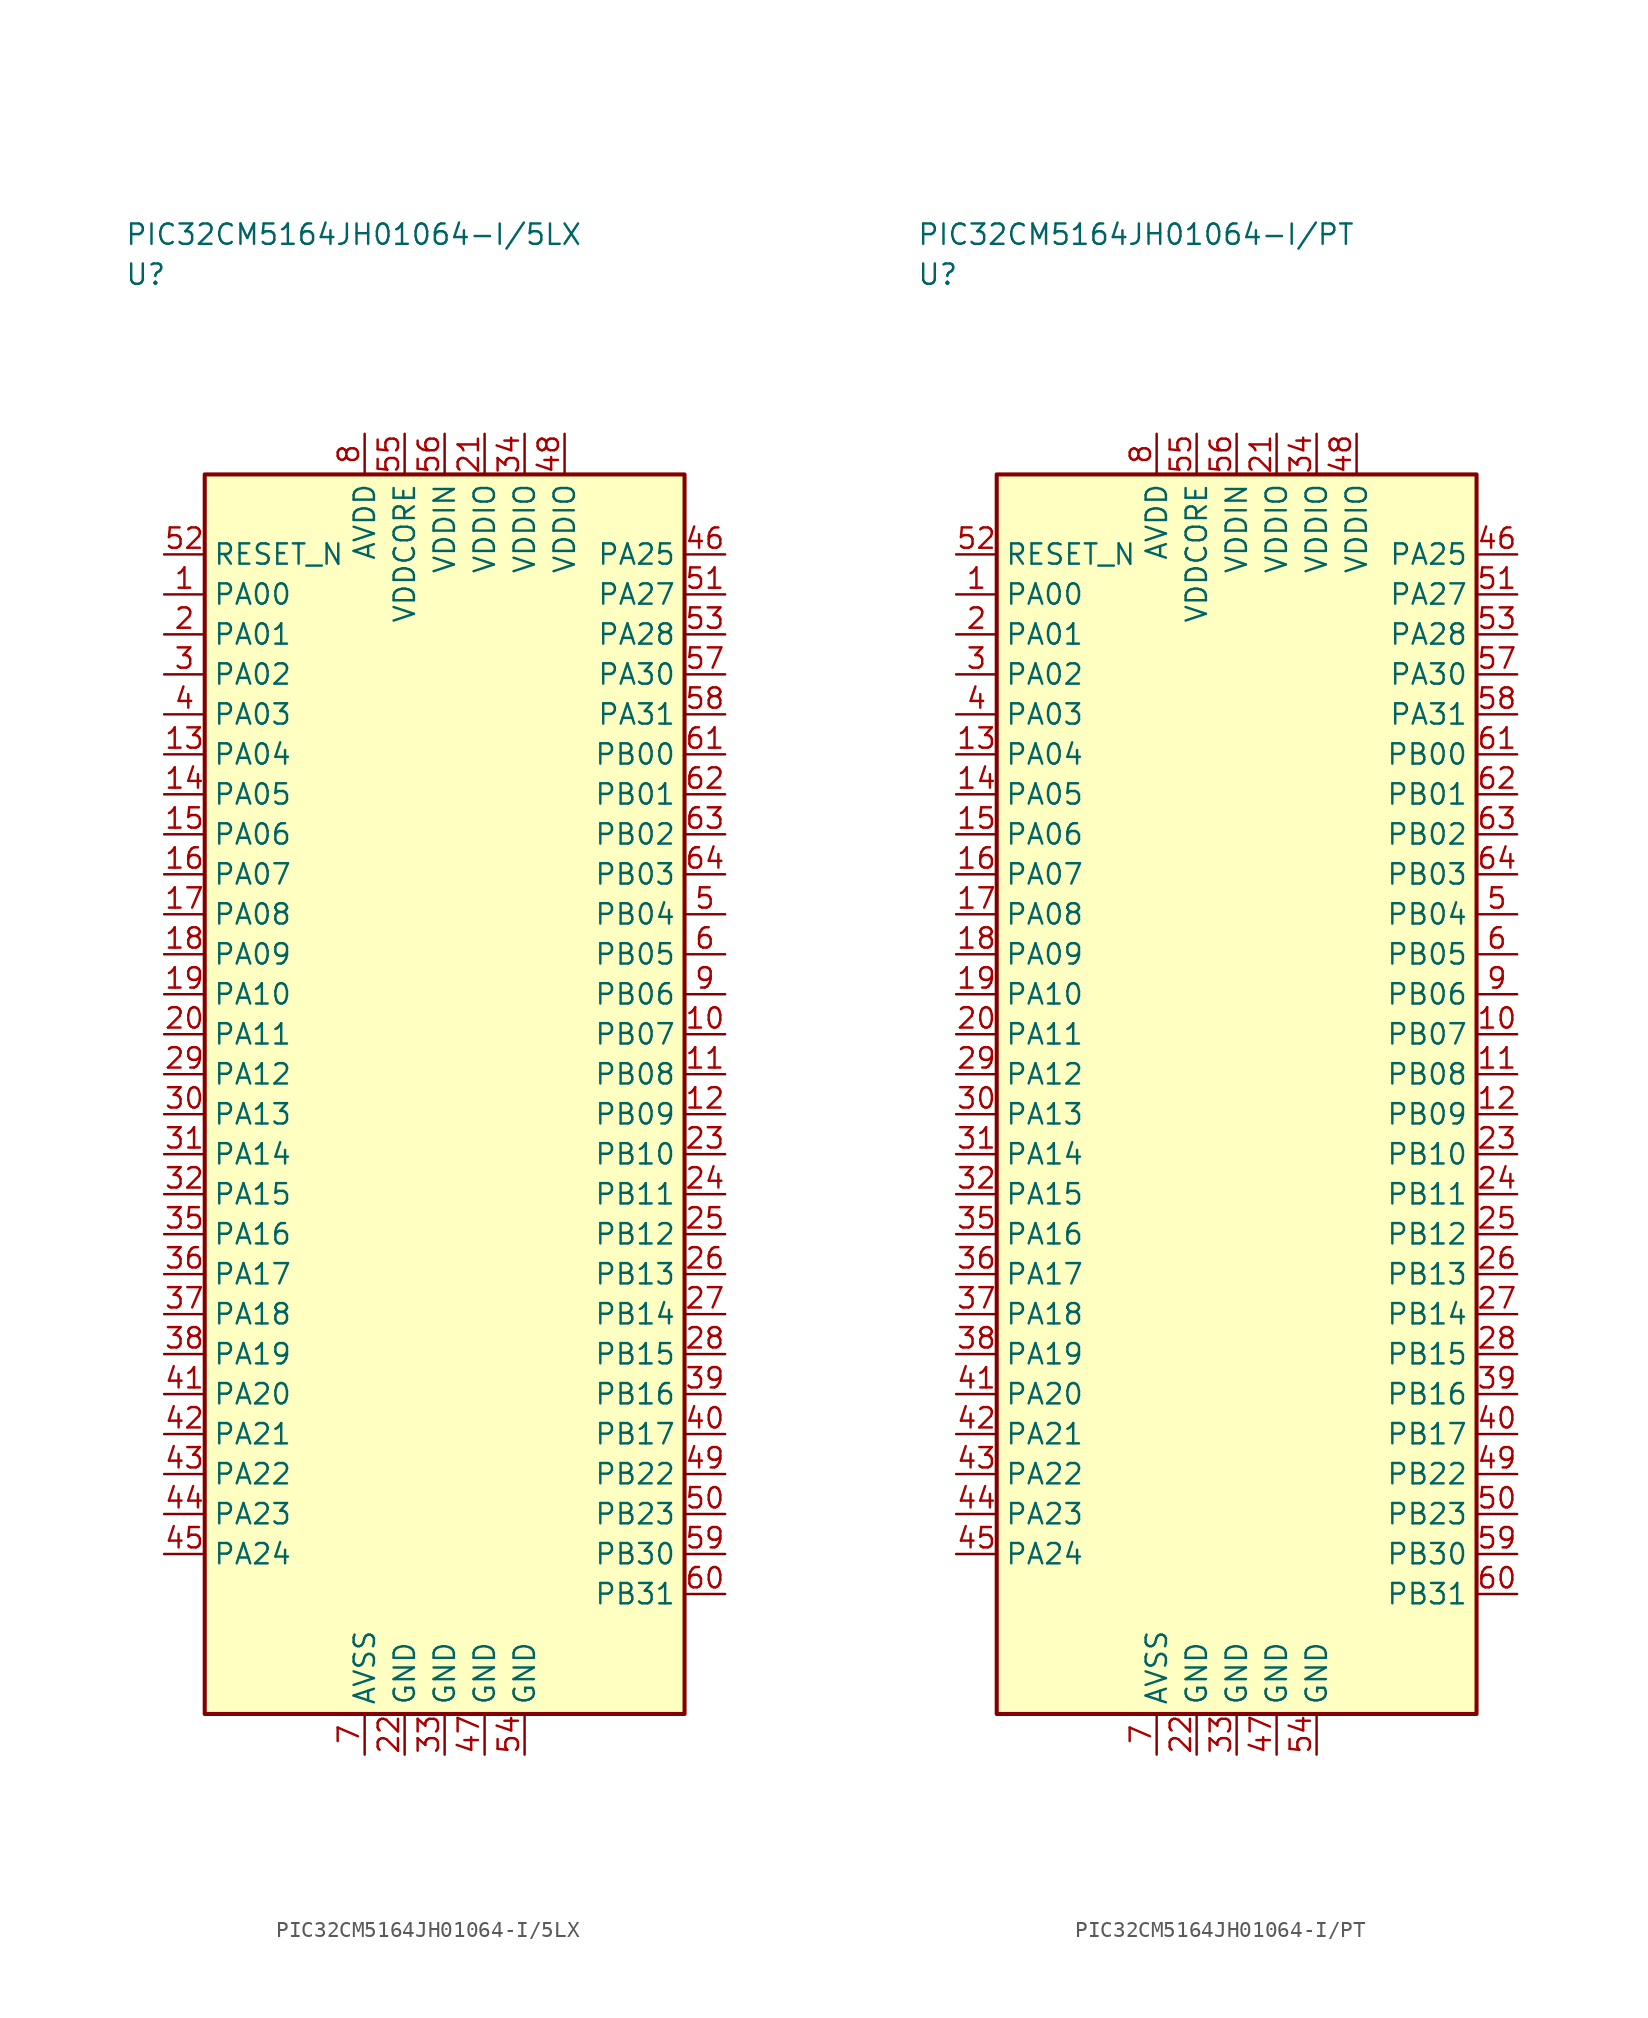
<source format=kicad_sym>
(kicad_symbol_lib
  (version 20241025)
  (generator "kicad_symbol_editor")
  (generator_version "8.0")
  (symbol "PIC32CM5164JH01064-I/5LX"
    (property "Reference" "U"
      (at -20.0 51.25 0)
      (effects (font (size 1.27 1.27)) (justify left)))
    (property "Value" "PIC32CM5164JH01064-I/5LX"
      (at -20.0 53.75 0)
      (effects (font (size 1.27 1.27)) (justify left)))
    (symbol "PIC32CM5164JH01064-I/5LX_0_1"
      (rectangle (start -15.0 38.75) (end 15.0 -38.75) (stroke (width 0.254) (type default)) (fill (type background))))
    (symbol "PIC32CM5164JH01064-I/5LX_1_1"
      (pin bidirectional line (at -17.54 31.25 0.0) (length 2.54) (name "PA00" (effects (font (size 1.27 1.27)))) (number "1" (effects (font (size 1.27 1.27)))))
      (pin bidirectional line (at -17.54 28.75 0.0) (length 2.54) (name "PA01" (effects (font (size 1.27 1.27)))) (number "2" (effects (font (size 1.27 1.27)))))
      (pin bidirectional line (at -17.54 26.25 0.0) (length 2.54) (name "PA02" (effects (font (size 1.27 1.27)))) (number "3" (effects (font (size 1.27 1.27)))))
      (pin bidirectional line (at -17.54 23.75 0.0) (length 2.54) (name "PA03" (effects (font (size 1.27 1.27)))) (number "4" (effects (font (size 1.27 1.27)))))
      (pin bidirectional line (at 17.54 11.25 180.0) (length 2.54) (name "PB04" (effects (font (size 1.27 1.27)))) (number "5" (effects (font (size 1.27 1.27)))))
      (pin bidirectional line (at 17.54 8.75 180.0) (length 2.54) (name "PB05" (effects (font (size 1.27 1.27)))) (number "6" (effects (font (size 1.27 1.27)))))
      (pin passive line (at -5.0 -41.29 90.0) (length 2.54) (name "AVSS" (effects (font (size 1.27 1.27)))) (number "7" (effects (font (size 1.27 1.27)))))
      (pin power_in line (at -5.0 41.29 270.0) (length 2.54) (name "AVDD" (effects (font (size 1.27 1.27)))) (number "8" (effects (font (size 1.27 1.27)))))
      (pin bidirectional line (at 17.54 6.25 180.0) (length 2.54) (name "PB06" (effects (font (size 1.27 1.27)))) (number "9" (effects (font (size 1.27 1.27)))))
      (pin bidirectional line (at 17.54 3.75 180.0) (length 2.54) (name "PB07" (effects (font (size 1.27 1.27)))) (number "10" (effects (font (size 1.27 1.27)))))
      (pin bidirectional line (at 17.54 1.25 180.0) (length 2.54) (name "PB08" (effects (font (size 1.27 1.27)))) (number "11" (effects (font (size 1.27 1.27)))))
      (pin bidirectional line (at 17.54 -1.25 180.0) (length 2.54) (name "PB09" (effects (font (size 1.27 1.27)))) (number "12" (effects (font (size 1.27 1.27)))))
      (pin bidirectional line (at -17.54 21.25 0.0) (length 2.54) (name "PA04" (effects (font (size 1.27 1.27)))) (number "13" (effects (font (size 1.27 1.27)))))
      (pin bidirectional line (at -17.54 18.75 0.0) (length 2.54) (name "PA05" (effects (font (size 1.27 1.27)))) (number "14" (effects (font (size 1.27 1.27)))))
      (pin bidirectional line (at -17.54 16.25 0.0) (length 2.54) (name "PA06" (effects (font (size 1.27 1.27)))) (number "15" (effects (font (size 1.27 1.27)))))
      (pin bidirectional line (at -17.54 13.75 0.0) (length 2.54) (name "PA07" (effects (font (size 1.27 1.27)))) (number "16" (effects (font (size 1.27 1.27)))))
      (pin bidirectional line (at -17.54 11.25 0.0) (length 2.54) (name "PA08" (effects (font (size 1.27 1.27)))) (number "17" (effects (font (size 1.27 1.27)))))
      (pin bidirectional line (at -17.54 8.75 0.0) (length 2.54) (name "PA09" (effects (font (size 1.27 1.27)))) (number "18" (effects (font (size 1.27 1.27)))))
      (pin bidirectional line (at -17.54 6.25 0.0) (length 2.54) (name "PA10" (effects (font (size 1.27 1.27)))) (number "19" (effects (font (size 1.27 1.27)))))
      (pin bidirectional line (at -17.54 3.75 0.0) (length 2.54) (name "PA11" (effects (font (size 1.27 1.27)))) (number "20" (effects (font (size 1.27 1.27)))))
      (pin power_in line (at 2.5 41.29 270.0) (length 2.54) (name "VDDIO" (effects (font (size 1.27 1.27)))) (number "21" (effects (font (size 1.27 1.27)))))
      (pin passive line (at -2.5 -41.29 90.0) (length 2.54) (name "GND" (effects (font (size 1.27 1.27)))) (number "22" (effects (font (size 1.27 1.27)))))
      (pin bidirectional line (at 17.54 -3.75 180.0) (length 2.54) (name "PB10" (effects (font (size 1.27 1.27)))) (number "23" (effects (font (size 1.27 1.27)))))
      (pin bidirectional line (at 17.54 -6.25 180.0) (length 2.54) (name "PB11" (effects (font (size 1.27 1.27)))) (number "24" (effects (font (size 1.27 1.27)))))
      (pin bidirectional line (at 17.54 -8.75 180.0) (length 2.54) (name "PB12" (effects (font (size 1.27 1.27)))) (number "25" (effects (font (size 1.27 1.27)))))
      (pin bidirectional line (at 17.54 -11.25 180.0) (length 2.54) (name "PB13" (effects (font (size 1.27 1.27)))) (number "26" (effects (font (size 1.27 1.27)))))
      (pin bidirectional line (at 17.54 -13.75 180.0) (length 2.54) (name "PB14" (effects (font (size 1.27 1.27)))) (number "27" (effects (font (size 1.27 1.27)))))
      (pin bidirectional line (at 17.54 -16.25 180.0) (length 2.54) (name "PB15" (effects (font (size 1.27 1.27)))) (number "28" (effects (font (size 1.27 1.27)))))
      (pin bidirectional line (at -17.54 1.25 0.0) (length 2.54) (name "PA12" (effects (font (size 1.27 1.27)))) (number "29" (effects (font (size 1.27 1.27)))))
      (pin bidirectional line (at -17.54 -1.25 0.0) (length 2.54) (name "PA13" (effects (font (size 1.27 1.27)))) (number "30" (effects (font (size 1.27 1.27)))))
      (pin bidirectional line (at -17.54 -3.75 0.0) (length 2.54) (name "PA14" (effects (font (size 1.27 1.27)))) (number "31" (effects (font (size 1.27 1.27)))))
      (pin bidirectional line (at -17.54 -6.25 0.0) (length 2.54) (name "PA15" (effects (font (size 1.27 1.27)))) (number "32" (effects (font (size 1.27 1.27)))))
      (pin passive line (at 0.0 -41.29 90.0) (length 2.54) (name "GND" (effects (font (size 1.27 1.27)))) (number "33" (effects (font (size 1.27 1.27)))))
      (pin power_in line (at 5.0 41.29 270.0) (length 2.54) (name "VDDIO" (effects (font (size 1.27 1.27)))) (number "34" (effects (font (size 1.27 1.27)))))
      (pin bidirectional line (at -17.54 -8.75 0.0) (length 2.54) (name "PA16" (effects (font (size 1.27 1.27)))) (number "35" (effects (font (size 1.27 1.27)))))
      (pin bidirectional line (at -17.54 -11.25 0.0) (length 2.54) (name "PA17" (effects (font (size 1.27 1.27)))) (number "36" (effects (font (size 1.27 1.27)))))
      (pin bidirectional line (at -17.54 -13.75 0.0) (length 2.54) (name "PA18" (effects (font (size 1.27 1.27)))) (number "37" (effects (font (size 1.27 1.27)))))
      (pin bidirectional line (at -17.54 -16.25 0.0) (length 2.54) (name "PA19" (effects (font (size 1.27 1.27)))) (number "38" (effects (font (size 1.27 1.27)))))
      (pin bidirectional line (at 17.54 -18.75 180.0) (length 2.54) (name "PB16" (effects (font (size 1.27 1.27)))) (number "39" (effects (font (size 1.27 1.27)))))
      (pin bidirectional line (at 17.54 -21.25 180.0) (length 2.54) (name "PB17" (effects (font (size 1.27 1.27)))) (number "40" (effects (font (size 1.27 1.27)))))
      (pin bidirectional line (at -17.54 -18.75 0.0) (length 2.54) (name "PA20" (effects (font (size 1.27 1.27)))) (number "41" (effects (font (size 1.27 1.27)))))
      (pin bidirectional line (at -17.54 -21.25 0.0) (length 2.54) (name "PA21" (effects (font (size 1.27 1.27)))) (number "42" (effects (font (size 1.27 1.27)))))
      (pin bidirectional line (at -17.54 -23.75 0.0) (length 2.54) (name "PA22" (effects (font (size 1.27 1.27)))) (number "43" (effects (font (size 1.27 1.27)))))
      (pin bidirectional line (at -17.54 -26.25 0.0) (length 2.54) (name "PA23" (effects (font (size 1.27 1.27)))) (number "44" (effects (font (size 1.27 1.27)))))
      (pin bidirectional line (at -17.54 -28.75 0.0) (length 2.54) (name "PA24" (effects (font (size 1.27 1.27)))) (number "45" (effects (font (size 1.27 1.27)))))
      (pin bidirectional line (at 17.54 33.75 180.0) (length 2.54) (name "PA25" (effects (font (size 1.27 1.27)))) (number "46" (effects (font (size 1.27 1.27)))))
      (pin passive line (at 2.5 -41.29 90.0) (length 2.54) (name "GND" (effects (font (size 1.27 1.27)))) (number "47" (effects (font (size 1.27 1.27)))))
      (pin power_in line (at 7.5 41.29 270.0) (length 2.54) (name "VDDIO" (effects (font (size 1.27 1.27)))) (number "48" (effects (font (size 1.27 1.27)))))
      (pin bidirectional line (at 17.54 -23.75 180.0) (length 2.54) (name "PB22" (effects (font (size 1.27 1.27)))) (number "49" (effects (font (size 1.27 1.27)))))
      (pin bidirectional line (at 17.54 -26.25 180.0) (length 2.54) (name "PB23" (effects (font (size 1.27 1.27)))) (number "50" (effects (font (size 1.27 1.27)))))
      (pin bidirectional line (at 17.54 31.25 180.0) (length 2.54) (name "PA27" (effects (font (size 1.27 1.27)))) (number "51" (effects (font (size 1.27 1.27)))))
      (pin input line (at -17.54 33.75 0.0) (length 2.54) (name "RESET_N" (effects (font (size 1.27 1.27)))) (number "52" (effects (font (size 1.27 1.27)))))
      (pin bidirectional line (at 17.54 28.75 180.0) (length 2.54) (name "PA28" (effects (font (size 1.27 1.27)))) (number "53" (effects (font (size 1.27 1.27)))))
      (pin passive line (at 5.0 -41.29 90.0) (length 2.54) (name "GND" (effects (font (size 1.27 1.27)))) (number "54" (effects (font (size 1.27 1.27)))))
      (pin power_in line (at -2.5 41.29 270.0) (length 2.54) (name "VDDCORE" (effects (font (size 1.27 1.27)))) (number "55" (effects (font (size 1.27 1.27)))))
      (pin power_in line (at 0.0 41.29 270.0) (length 2.54) (name "VDDIN" (effects (font (size 1.27 1.27)))) (number "56" (effects (font (size 1.27 1.27)))))
      (pin bidirectional line (at 17.54 26.25 180.0) (length 2.54) (name "PA30" (effects (font (size 1.27 1.27)))) (number "57" (effects (font (size 1.27 1.27)))))
      (pin bidirectional line (at 17.54 23.75 180.0) (length 2.54) (name "PA31" (effects (font (size 1.27 1.27)))) (number "58" (effects (font (size 1.27 1.27)))))
      (pin bidirectional line (at 17.54 -28.75 180.0) (length 2.54) (name "PB30" (effects (font (size 1.27 1.27)))) (number "59" (effects (font (size 1.27 1.27)))))
      (pin bidirectional line (at 17.54 -31.25 180.0) (length 2.54) (name "PB31" (effects (font (size 1.27 1.27)))) (number "60" (effects (font (size 1.27 1.27)))))
      (pin bidirectional line (at 17.54 21.25 180.0) (length 2.54) (name "PB00" (effects (font (size 1.27 1.27)))) (number "61" (effects (font (size 1.27 1.27)))))
      (pin bidirectional line (at 17.54 18.75 180.0) (length 2.54) (name "PB01" (effects (font (size 1.27 1.27)))) (number "62" (effects (font (size 1.27 1.27)))))
      (pin bidirectional line (at 17.54 16.25 180.0) (length 2.54) (name "PB02" (effects (font (size 1.27 1.27)))) (number "63" (effects (font (size 1.27 1.27)))))
      (pin bidirectional line (at 17.54 13.75 180.0) (length 2.54) (name "PB03" (effects (font (size 1.27 1.27)))) (number "64" (effects (font (size 1.27 1.27)))))))
  (symbol "PIC32CM5164JH01064-I/PT"
    (property "Reference" "U"
      (at -20.0 51.25 0)
      (effects (font (size 1.27 1.27)) (justify left)))
    (property "Value" "PIC32CM5164JH01064-I/PT"
      (at -20.0 53.75 0)
      (effects (font (size 1.27 1.27)) (justify left)))
    (symbol "PIC32CM5164JH01064-I/PT_0_1"
      (rectangle (start -15.0 38.75) (end 15.0 -38.75) (stroke (width 0.254) (type default)) (fill (type background))))
    (symbol "PIC32CM5164JH01064-I/PT_1_1"
      (pin bidirectional line (at -17.54 31.25 0.0) (length 2.54) (name "PA00" (effects (font (size 1.27 1.27)))) (number "1" (effects (font (size 1.27 1.27)))))
      (pin bidirectional line (at -17.54 28.75 0.0) (length 2.54) (name "PA01" (effects (font (size 1.27 1.27)))) (number "2" (effects (font (size 1.27 1.27)))))
      (pin bidirectional line (at -17.54 26.25 0.0) (length 2.54) (name "PA02" (effects (font (size 1.27 1.27)))) (number "3" (effects (font (size 1.27 1.27)))))
      (pin bidirectional line (at -17.54 23.75 0.0) (length 2.54) (name "PA03" (effects (font (size 1.27 1.27)))) (number "4" (effects (font (size 1.27 1.27)))))
      (pin bidirectional line (at 17.54 11.25 180.0) (length 2.54) (name "PB04" (effects (font (size 1.27 1.27)))) (number "5" (effects (font (size 1.27 1.27)))))
      (pin bidirectional line (at 17.54 8.75 180.0) (length 2.54) (name "PB05" (effects (font (size 1.27 1.27)))) (number "6" (effects (font (size 1.27 1.27)))))
      (pin passive line (at -5.0 -41.29 90.0) (length 2.54) (name "AVSS" (effects (font (size 1.27 1.27)))) (number "7" (effects (font (size 1.27 1.27)))))
      (pin power_in line (at -5.0 41.29 270.0) (length 2.54) (name "AVDD" (effects (font (size 1.27 1.27)))) (number "8" (effects (font (size 1.27 1.27)))))
      (pin bidirectional line (at 17.54 6.25 180.0) (length 2.54) (name "PB06" (effects (font (size 1.27 1.27)))) (number "9" (effects (font (size 1.27 1.27)))))
      (pin bidirectional line (at 17.54 3.75 180.0) (length 2.54) (name "PB07" (effects (font (size 1.27 1.27)))) (number "10" (effects (font (size 1.27 1.27)))))
      (pin bidirectional line (at 17.54 1.25 180.0) (length 2.54) (name "PB08" (effects (font (size 1.27 1.27)))) (number "11" (effects (font (size 1.27 1.27)))))
      (pin bidirectional line (at 17.54 -1.25 180.0) (length 2.54) (name "PB09" (effects (font (size 1.27 1.27)))) (number "12" (effects (font (size 1.27 1.27)))))
      (pin bidirectional line (at -17.54 21.25 0.0) (length 2.54) (name "PA04" (effects (font (size 1.27 1.27)))) (number "13" (effects (font (size 1.27 1.27)))))
      (pin bidirectional line (at -17.54 18.75 0.0) (length 2.54) (name "PA05" (effects (font (size 1.27 1.27)))) (number "14" (effects (font (size 1.27 1.27)))))
      (pin bidirectional line (at -17.54 16.25 0.0) (length 2.54) (name "PA06" (effects (font (size 1.27 1.27)))) (number "15" (effects (font (size 1.27 1.27)))))
      (pin bidirectional line (at -17.54 13.75 0.0) (length 2.54) (name "PA07" (effects (font (size 1.27 1.27)))) (number "16" (effects (font (size 1.27 1.27)))))
      (pin bidirectional line (at -17.54 11.25 0.0) (length 2.54) (name "PA08" (effects (font (size 1.27 1.27)))) (number "17" (effects (font (size 1.27 1.27)))))
      (pin bidirectional line (at -17.54 8.75 0.0) (length 2.54) (name "PA09" (effects (font (size 1.27 1.27)))) (number "18" (effects (font (size 1.27 1.27)))))
      (pin bidirectional line (at -17.54 6.25 0.0) (length 2.54) (name "PA10" (effects (font (size 1.27 1.27)))) (number "19" (effects (font (size 1.27 1.27)))))
      (pin bidirectional line (at -17.54 3.75 0.0) (length 2.54) (name "PA11" (effects (font (size 1.27 1.27)))) (number "20" (effects (font (size 1.27 1.27)))))
      (pin power_in line (at 2.5 41.29 270.0) (length 2.54) (name "VDDIO" (effects (font (size 1.27 1.27)))) (number "21" (effects (font (size 1.27 1.27)))))
      (pin passive line (at -2.5 -41.29 90.0) (length 2.54) (name "GND" (effects (font (size 1.27 1.27)))) (number "22" (effects (font (size 1.27 1.27)))))
      (pin bidirectional line (at 17.54 -3.75 180.0) (length 2.54) (name "PB10" (effects (font (size 1.27 1.27)))) (number "23" (effects (font (size 1.27 1.27)))))
      (pin bidirectional line (at 17.54 -6.25 180.0) (length 2.54) (name "PB11" (effects (font (size 1.27 1.27)))) (number "24" (effects (font (size 1.27 1.27)))))
      (pin bidirectional line (at 17.54 -8.75 180.0) (length 2.54) (name "PB12" (effects (font (size 1.27 1.27)))) (number "25" (effects (font (size 1.27 1.27)))))
      (pin bidirectional line (at 17.54 -11.25 180.0) (length 2.54) (name "PB13" (effects (font (size 1.27 1.27)))) (number "26" (effects (font (size 1.27 1.27)))))
      (pin bidirectional line (at 17.54 -13.75 180.0) (length 2.54) (name "PB14" (effects (font (size 1.27 1.27)))) (number "27" (effects (font (size 1.27 1.27)))))
      (pin bidirectional line (at 17.54 -16.25 180.0) (length 2.54) (name "PB15" (effects (font (size 1.27 1.27)))) (number "28" (effects (font (size 1.27 1.27)))))
      (pin bidirectional line (at -17.54 1.25 0.0) (length 2.54) (name "PA12" (effects (font (size 1.27 1.27)))) (number "29" (effects (font (size 1.27 1.27)))))
      (pin bidirectional line (at -17.54 -1.25 0.0) (length 2.54) (name "PA13" (effects (font (size 1.27 1.27)))) (number "30" (effects (font (size 1.27 1.27)))))
      (pin bidirectional line (at -17.54 -3.75 0.0) (length 2.54) (name "PA14" (effects (font (size 1.27 1.27)))) (number "31" (effects (font (size 1.27 1.27)))))
      (pin bidirectional line (at -17.54 -6.25 0.0) (length 2.54) (name "PA15" (effects (font (size 1.27 1.27)))) (number "32" (effects (font (size 1.27 1.27)))))
      (pin passive line (at 0.0 -41.29 90.0) (length 2.54) (name "GND" (effects (font (size 1.27 1.27)))) (number "33" (effects (font (size 1.27 1.27)))))
      (pin power_in line (at 5.0 41.29 270.0) (length 2.54) (name "VDDIO" (effects (font (size 1.27 1.27)))) (number "34" (effects (font (size 1.27 1.27)))))
      (pin bidirectional line (at -17.54 -8.75 0.0) (length 2.54) (name "PA16" (effects (font (size 1.27 1.27)))) (number "35" (effects (font (size 1.27 1.27)))))
      (pin bidirectional line (at -17.54 -11.25 0.0) (length 2.54) (name "PA17" (effects (font (size 1.27 1.27)))) (number "36" (effects (font (size 1.27 1.27)))))
      (pin bidirectional line (at -17.54 -13.75 0.0) (length 2.54) (name "PA18" (effects (font (size 1.27 1.27)))) (number "37" (effects (font (size 1.27 1.27)))))
      (pin bidirectional line (at -17.54 -16.25 0.0) (length 2.54) (name "PA19" (effects (font (size 1.27 1.27)))) (number "38" (effects (font (size 1.27 1.27)))))
      (pin bidirectional line (at 17.54 -18.75 180.0) (length 2.54) (name "PB16" (effects (font (size 1.27 1.27)))) (number "39" (effects (font (size 1.27 1.27)))))
      (pin bidirectional line (at 17.54 -21.25 180.0) (length 2.54) (name "PB17" (effects (font (size 1.27 1.27)))) (number "40" (effects (font (size 1.27 1.27)))))
      (pin bidirectional line (at -17.54 -18.75 0.0) (length 2.54) (name "PA20" (effects (font (size 1.27 1.27)))) (number "41" (effects (font (size 1.27 1.27)))))
      (pin bidirectional line (at -17.54 -21.25 0.0) (length 2.54) (name "PA21" (effects (font (size 1.27 1.27)))) (number "42" (effects (font (size 1.27 1.27)))))
      (pin bidirectional line (at -17.54 -23.75 0.0) (length 2.54) (name "PA22" (effects (font (size 1.27 1.27)))) (number "43" (effects (font (size 1.27 1.27)))))
      (pin bidirectional line (at -17.54 -26.25 0.0) (length 2.54) (name "PA23" (effects (font (size 1.27 1.27)))) (number "44" (effects (font (size 1.27 1.27)))))
      (pin bidirectional line (at -17.54 -28.75 0.0) (length 2.54) (name "PA24" (effects (font (size 1.27 1.27)))) (number "45" (effects (font (size 1.27 1.27)))))
      (pin bidirectional line (at 17.54 33.75 180.0) (length 2.54) (name "PA25" (effects (font (size 1.27 1.27)))) (number "46" (effects (font (size 1.27 1.27)))))
      (pin passive line (at 2.5 -41.29 90.0) (length 2.54) (name "GND" (effects (font (size 1.27 1.27)))) (number "47" (effects (font (size 1.27 1.27)))))
      (pin power_in line (at 7.5 41.29 270.0) (length 2.54) (name "VDDIO" (effects (font (size 1.27 1.27)))) (number "48" (effects (font (size 1.27 1.27)))))
      (pin bidirectional line (at 17.54 -23.75 180.0) (length 2.54) (name "PB22" (effects (font (size 1.27 1.27)))) (number "49" (effects (font (size 1.27 1.27)))))
      (pin bidirectional line (at 17.54 -26.25 180.0) (length 2.54) (name "PB23" (effects (font (size 1.27 1.27)))) (number "50" (effects (font (size 1.27 1.27)))))
      (pin bidirectional line (at 17.54 31.25 180.0) (length 2.54) (name "PA27" (effects (font (size 1.27 1.27)))) (number "51" (effects (font (size 1.27 1.27)))))
      (pin input line (at -17.54 33.75 0.0) (length 2.54) (name "RESET_N" (effects (font (size 1.27 1.27)))) (number "52" (effects (font (size 1.27 1.27)))))
      (pin bidirectional line (at 17.54 28.75 180.0) (length 2.54) (name "PA28" (effects (font (size 1.27 1.27)))) (number "53" (effects (font (size 1.27 1.27)))))
      (pin passive line (at 5.0 -41.29 90.0) (length 2.54) (name "GND" (effects (font (size 1.27 1.27)))) (number "54" (effects (font (size 1.27 1.27)))))
      (pin power_in line (at -2.5 41.29 270.0) (length 2.54) (name "VDDCORE" (effects (font (size 1.27 1.27)))) (number "55" (effects (font (size 1.27 1.27)))))
      (pin power_in line (at 0.0 41.29 270.0) (length 2.54) (name "VDDIN" (effects (font (size 1.27 1.27)))) (number "56" (effects (font (size 1.27 1.27)))))
      (pin bidirectional line (at 17.54 26.25 180.0) (length 2.54) (name "PA30" (effects (font (size 1.27 1.27)))) (number "57" (effects (font (size 1.27 1.27)))))
      (pin bidirectional line (at 17.54 23.75 180.0) (length 2.54) (name "PA31" (effects (font (size 1.27 1.27)))) (number "58" (effects (font (size 1.27 1.27)))))
      (pin bidirectional line (at 17.54 -28.75 180.0) (length 2.54) (name "PB30" (effects (font (size 1.27 1.27)))) (number "59" (effects (font (size 1.27 1.27)))))
      (pin bidirectional line (at 17.54 -31.25 180.0) (length 2.54) (name "PB31" (effects (font (size 1.27 1.27)))) (number "60" (effects (font (size 1.27 1.27)))))
      (pin bidirectional line (at 17.54 21.25 180.0) (length 2.54) (name "PB00" (effects (font (size 1.27 1.27)))) (number "61" (effects (font (size 1.27 1.27)))))
      (pin bidirectional line (at 17.54 18.75 180.0) (length 2.54) (name "PB01" (effects (font (size 1.27 1.27)))) (number "62" (effects (font (size 1.27 1.27)))))
      (pin bidirectional line (at 17.54 16.25 180.0) (length 2.54) (name "PB02" (effects (font (size 1.27 1.27)))) (number "63" (effects (font (size 1.27 1.27)))))
      (pin bidirectional line (at 17.54 13.75 180.0) (length 2.54) (name "PB03" (effects (font (size 1.27 1.27)))) (number "64" (effects (font (size 1.27 1.27))))))))
</source>
